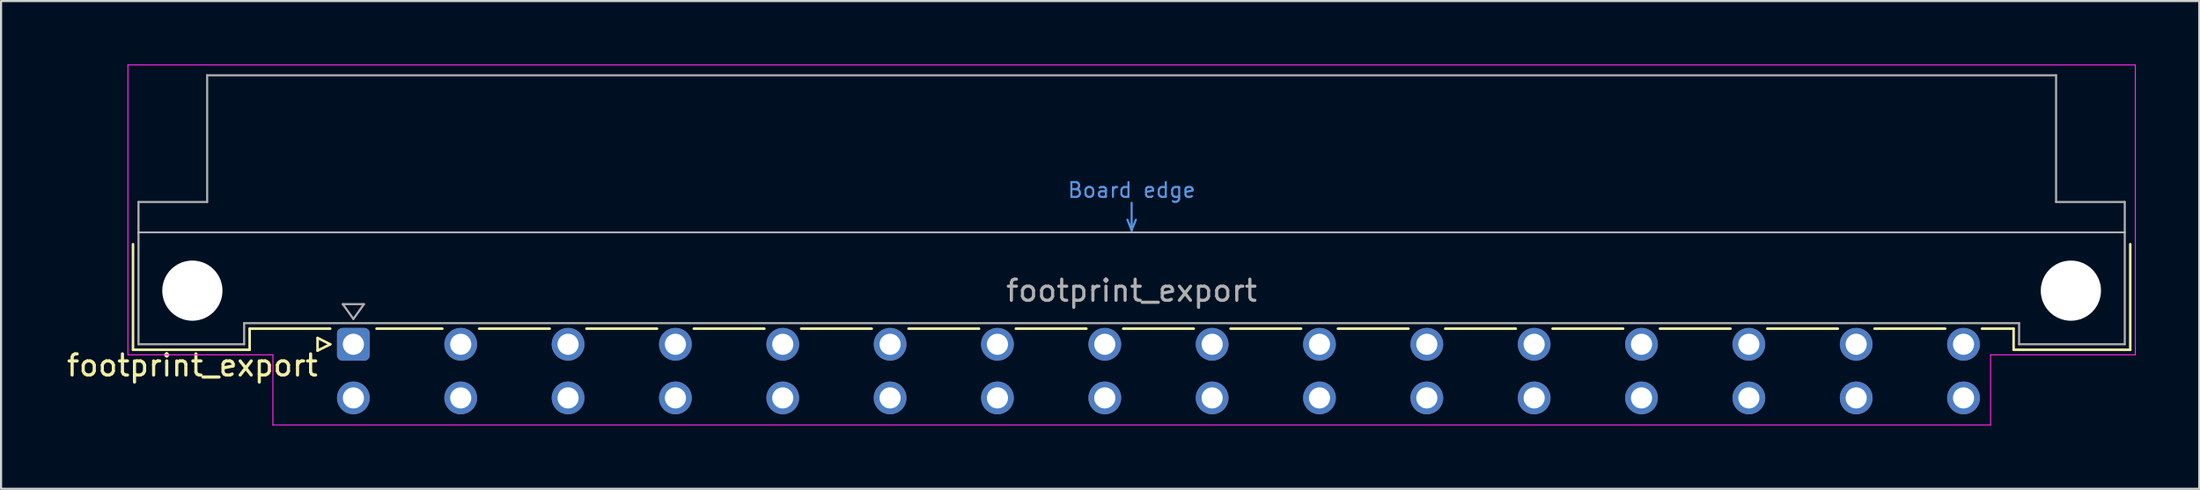
<source format=kicad_pcb>
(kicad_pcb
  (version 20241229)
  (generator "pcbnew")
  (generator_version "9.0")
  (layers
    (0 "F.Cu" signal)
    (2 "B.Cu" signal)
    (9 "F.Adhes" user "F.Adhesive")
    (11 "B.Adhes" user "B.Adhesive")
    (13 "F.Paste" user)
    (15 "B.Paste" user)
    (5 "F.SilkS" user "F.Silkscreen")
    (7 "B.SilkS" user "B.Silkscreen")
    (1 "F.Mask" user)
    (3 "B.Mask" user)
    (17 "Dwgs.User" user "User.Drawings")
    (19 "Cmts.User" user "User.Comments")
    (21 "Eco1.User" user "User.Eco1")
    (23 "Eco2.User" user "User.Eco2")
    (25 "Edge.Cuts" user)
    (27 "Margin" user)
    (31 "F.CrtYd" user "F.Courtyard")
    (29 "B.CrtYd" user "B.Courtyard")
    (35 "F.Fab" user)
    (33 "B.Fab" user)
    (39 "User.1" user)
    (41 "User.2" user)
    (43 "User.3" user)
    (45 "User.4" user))
  (footprint "footprint_export"
    (layer "F.Cu")
    (at 11.134 13.255)
    (property "Reference" "footprint_export" (at -5.08 1 0) (layer "F.SilkS") (effects (font (size 1 1) (thickness 0.15))))
    (attr through_hole)
    (fp_line (start -7.89 -4.74) (end -7.89 0.26) (stroke (width 0.12) (type solid)) (layer "F.SilkS"))
    (fp_line (start -7.89 0.26) (end -2.37 0.26) (stroke (width 0.12) (type solid)) (layer "F.SilkS"))
    (fp_line (start -2.371 -0.74) (end 1.445 -0.74) (stroke (width 0.12) (type solid)) (layer "F.SilkS"))
    (fp_line (start -2.37 0.26) (end -2.37 -0.74) (stroke (width 0.12) (type solid)) (layer "F.SilkS"))
    (fp_line (start 0.845 -0.3) (end 0.845 0.3) (stroke (width 0.12) (type solid)) (layer "F.SilkS"))
    (fp_line (start 0.845 0.3) (end 1.445 0) (stroke (width 0.12) (type solid)) (layer "F.SilkS"))
    (fp_line (start 1.445 0) (end 0.845 -0.3) (stroke (width 0.12) (type solid)) (layer "F.SilkS"))
    (fp_line (start 3.635 -0.74) (end 6.751 -0.74) (stroke (width 0.12) (type solid)) (layer "F.SilkS"))
    (fp_line (start 8.49 -0.74) (end 11.831 -0.74) (stroke (width 0.12) (type solid)) (layer "F.SilkS"))
    (fp_line (start 13.57 -0.74) (end 16.911 -0.74) (stroke (width 0.12) (type solid)) (layer "F.SilkS"))
    (fp_line (start 18.65 -0.74) (end 21.991 -0.74) (stroke (width 0.12) (type solid)) (layer "F.SilkS"))
    (fp_line (start 23.73 -0.74) (end 27.071 -0.74) (stroke (width 0.12) (type solid)) (layer "F.SilkS"))
    (fp_line (start 28.81 -0.74) (end 32.151 -0.74) (stroke (width 0.12) (type solid)) (layer "F.SilkS"))
    (fp_line (start 33.89 -0.74) (end 37.231 -0.74) (stroke (width 0.12) (type solid)) (layer "F.SilkS"))
    (fp_line (start 38.97 -0.74) (end 42.311 -0.74) (stroke (width 0.12) (type solid)) (layer "F.SilkS"))
    (fp_line (start 44.05 -0.74) (end 47.391 -0.74) (stroke (width 0.12) (type solid)) (layer "F.SilkS"))
    (fp_line (start 49.13 -0.74) (end 52.471 -0.74) (stroke (width 0.12) (type solid)) (layer "F.SilkS"))
    (fp_line (start 54.21 -0.74) (end 57.551 -0.74) (stroke (width 0.12) (type solid)) (layer "F.SilkS"))
    (fp_line (start 59.29 -0.74) (end 62.631 -0.74) (stroke (width 0.12) (type solid)) (layer "F.SilkS"))
    (fp_line (start 64.37 -0.74) (end 67.711 -0.74) (stroke (width 0.12) (type solid)) (layer "F.SilkS"))
    (fp_line (start 69.45 -0.74) (end 72.791 -0.74) (stroke (width 0.12) (type solid)) (layer "F.SilkS"))
    (fp_line (start 74.53 -0.74) (end 77.871 -0.74) (stroke (width 0.12) (type solid)) (layer "F.SilkS"))
    (fp_line (start 79.61 -0.74) (end 81.11 -0.74) (stroke (width 0.12) (type solid)) (layer "F.SilkS"))
    (fp_line (start 81.11 0.26) (end 81.11 -0.74) (stroke (width 0.12) (type solid)) (layer "F.SilkS"))
    (fp_line (start 86.63 -4.74) (end 86.63 0.26) (stroke (width 0.12) (type solid)) (layer "F.SilkS"))
    (fp_line (start 86.63 0.26) (end 81.11 0.26) (stroke (width 0.12) (type solid)) (layer "F.SilkS"))
    (fp_line (start -7.63 -5.3) (end 86.37 -5.3) (stroke (width 0.08) (type solid)) (layer "Dwgs.User"))
    (fp_line (start 39.17 -5.9) (end 39.37 -5.4) (stroke (width 0.1) (type solid)) (layer "Cmts.User"))
    (fp_line (start 39.37 -5.4) (end 39.37 -6.7) (stroke (width 0.1) (type solid)) (layer "Cmts.User"))
    (fp_line (start 39.37 -5.4) (end 39.57 -5.9) (stroke (width 0.1) (type solid)) (layer "Cmts.User"))
    (fp_line (start -8.13 -13.23) (end -8.13 0.5) (stroke (width 0.05) (type solid)) (layer "F.CrtYd"))
    (fp_line (start -8.13 0.5) (end -1.27 0.5) (stroke (width 0.05) (type solid)) (layer "F.CrtYd"))
    (fp_line (start -1.27 0.5) (end -1.27 3.82) (stroke (width 0.05) (type solid)) (layer "F.CrtYd"))
    (fp_line (start -1.27 3.82) (end 80.02 3.82) (stroke (width 0.05) (type solid)) (layer "F.CrtYd"))
    (fp_line (start 80.02 0.5) (end 86.87 0.5) (stroke (width 0.05) (type solid)) (layer "F.CrtYd"))
    (fp_line (start 80.02 3.82) (end 80.02 0.5) (stroke (width 0.05) (type solid)) (layer "F.CrtYd"))
    (fp_line (start 86.87 -13.23) (end -8.13 -13.23) (stroke (width 0.05) (type solid)) (layer "F.CrtYd"))
    (fp_line (start 86.87 0.5) (end 86.87 -13.23) (stroke (width 0.05) (type solid)) (layer "F.CrtYd"))
    (fp_line (start -7.63 -6.74) (end -7.63 0) (stroke (width 0.1) (type solid)) (layer "F.Fab"))
    (fp_line (start -7.63 0) (end -2.63 0) (stroke (width 0.1) (type solid)) (layer "F.Fab"))
    (fp_line (start -4.38 -12.74) (end -4.38 -6.74) (stroke (width 0.1) (type solid)) (layer "F.Fab"))
    (fp_line (start -4.38 -6.74) (end -7.63 -6.74) (stroke (width 0.1) (type solid)) (layer "F.Fab"))
    (fp_line (start -2.63 -1) (end 81.37 -1) (stroke (width 0.1) (type solid)) (layer "F.Fab"))
    (fp_line (start -2.63 0) (end -2.63 -1) (stroke (width 0.1) (type solid)) (layer "F.Fab"))
    (fp_line (start 2.04 -1.9) (end 3.04 -1.9) (stroke (width 0.1) (type solid)) (layer "F.Fab"))
    (fp_line (start 2.54 -1.2) (end 2.04 -1.9) (stroke (width 0.1) (type solid)) (layer "F.Fab"))
    (fp_line (start 3.04 -1.9) (end 2.54 -1.2) (stroke (width 0.1) (type solid)) (layer "F.Fab"))
    (fp_line (start 81.37 -1) (end 81.37 0) (stroke (width 0.1) (type solid)) (layer "F.Fab"))
    (fp_line (start 81.37 0) (end 86.37 0) (stroke (width 0.1) (type solid)) (layer "F.Fab"))
    (fp_line (start 83.12 -12.74) (end -4.38 -12.74) (stroke (width 0.1) (type solid)) (layer "F.Fab"))
    (fp_line (start 83.12 -6.74) (end 83.12 -12.74) (stroke (width 0.1) (type solid)) (layer "F.Fab"))
    (fp_line (start 86.37 -6.74) (end 83.12 -6.74) (stroke (width 0.1) (type solid)) (layer "F.Fab"))
    (fp_line (start 86.37 0) (end 86.37 -6.74) (stroke (width 0.1) (type solid)) (layer "F.Fab"))
    (fp_text user "Board edge" (at 39.37 -7.3 0) (layer "Cmts.User") (effects (font (size 0.7 0.7) (thickness 0.1))))
    (fp_text user "${REFERENCE}" (at 39.37 -2.54 0) (layer "F.Fab") (effects (font (size 1 1) (thickness 0.15))))
    (pad "" np_thru_hole circle (at -5.08 -2.54) (size 2.85 2.85) (drill 2.85) (layers "*.Cu" "*.Mask"))
    (pad "" np_thru_hole circle (at 83.82 -2.54) (size 2.85 2.85) (drill 2.85) (layers "*.Cu" "*.Mask"))
    (pad "b2" thru_hole circle (at 2.54 2.54) (size 1.55 1.55) (drill 1) (layers "*.Cu" "*.Mask"))
    (pad "b4" thru_hole circle (at 7.62 2.54) (size 1.55 1.55) (drill 1) (layers "*.Cu" "*.Mask"))
    (pad "b6" thru_hole circle (at 12.7 2.54) (size 1.55 1.55) (drill 1) (layers "*.Cu" "*.Mask"))
    (pad "b8" thru_hole circle (at 17.78 2.54) (size 1.55 1.55) (drill 1) (layers "*.Cu" "*.Mask"))
    (pad "b10" thru_hole circle (at 22.86 2.54) (size 1.55 1.55) (drill 1) (layers "*.Cu" "*.Mask"))
    (pad "b12" thru_hole circle (at 27.94 2.54) (size 1.55 1.55) (drill 1) (layers "*.Cu" "*.Mask"))
    (pad "b14" thru_hole circle (at 33.02 2.54) (size 1.55 1.55) (drill 1) (layers "*.Cu" "*.Mask"))
    (pad "b16" thru_hole circle (at 38.1 2.54) (size 1.55 1.55) (drill 1) (layers "*.Cu" "*.Mask"))
    (pad "b18" thru_hole circle (at 43.18 2.54) (size 1.55 1.55) (drill 1) (layers "*.Cu" "*.Mask"))
    (pad "b20" thru_hole circle (at 48.26 2.54) (size 1.55 1.55) (drill 1) (layers "*.Cu" "*.Mask"))
    (pad "b22" thru_hole circle (at 53.34 2.54) (size 1.55 1.55) (drill 1) (layers "*.Cu" "*.Mask"))
    (pad "b24" thru_hole circle (at 58.42 2.54) (size 1.55 1.55) (drill 1) (layers "*.Cu" "*.Mask"))
    (pad "b26" thru_hole circle (at 63.5 2.54) (size 1.55 1.55) (drill 1) (layers "*.Cu" "*.Mask"))
    (pad "b28" thru_hole circle (at 68.58 2.54) (size 1.55 1.55) (drill 1) (layers "*.Cu" "*.Mask"))
    (pad "b30" thru_hole circle (at 73.66 2.54) (size 1.55 1.55) (drill 1) (layers "*.Cu" "*.Mask"))
    (pad "b32" thru_hole circle (at 78.74 2.54) (size 1.55 1.55) (drill 1) (layers "*.Cu" "*.Mask"))
    (pad "z2" thru_hole roundrect (at 2.54 0) (size 1.55 1.55) (drill 1) (layers "*.Cu" "*.Mask") (roundrect_rratio 0.161))
    (pad "z4" thru_hole circle (at 7.62 0) (size 1.55 1.55) (drill 1) (layers "*.Cu" "*.Mask"))
    (pad "z6" thru_hole circle (at 12.7 0) (size 1.55 1.55) (drill 1) (layers "*.Cu" "*.Mask"))
    (pad "z8" thru_hole circle (at 17.78 0) (size 1.55 1.55) (drill 1) (layers "*.Cu" "*.Mask"))
    (pad "z10" thru_hole circle (at 22.86 0) (size 1.55 1.55) (drill 1) (layers "*.Cu" "*.Mask"))
    (pad "z12" thru_hole circle (at 27.94 0) (size 1.55 1.55) (drill 1) (layers "*.Cu" "*.Mask"))
    (pad "z14" thru_hole circle (at 33.02 0) (size 1.55 1.55) (drill 1) (layers "*.Cu" "*.Mask"))
    (pad "z16" thru_hole circle (at 38.1 0) (size 1.55 1.55) (drill 1) (layers "*.Cu" "*.Mask"))
    (pad "z18" thru_hole circle (at 43.18 0) (size 1.55 1.55) (drill 1) (layers "*.Cu" "*.Mask"))
    (pad "z20" thru_hole circle (at 48.26 0) (size 1.55 1.55) (drill 1) (layers "*.Cu" "*.Mask"))
    (pad "z22" thru_hole circle (at 53.34 0) (size 1.55 1.55) (drill 1) (layers "*.Cu" "*.Mask"))
    (pad "z24" thru_hole circle (at 58.42 0) (size 1.55 1.55) (drill 1) (layers "*.Cu" "*.Mask"))
    (pad "z26" thru_hole circle (at 63.5 0) (size 1.55 1.55) (drill 1) (layers "*.Cu" "*.Mask"))
    (pad "z28" thru_hole circle (at 68.58 0) (size 1.55 1.55) (drill 1) (layers "*.Cu" "*.Mask"))
    (pad "z30" thru_hole circle (at 73.66 0) (size 1.55 1.55) (drill 1) (layers "*.Cu" "*.Mask"))
    (pad "z32" thru_hole circle (at 78.74 0) (size 1.55 1.55) (drill 1) (layers "*.Cu" "*.Mask")))
  (gr_rect
    (start -3 -3)
    (end 101.029 20.1)
    (stroke (width 0.1) (type default))
    (fill no)
    (layer "Edge.Cuts")))
</source>
